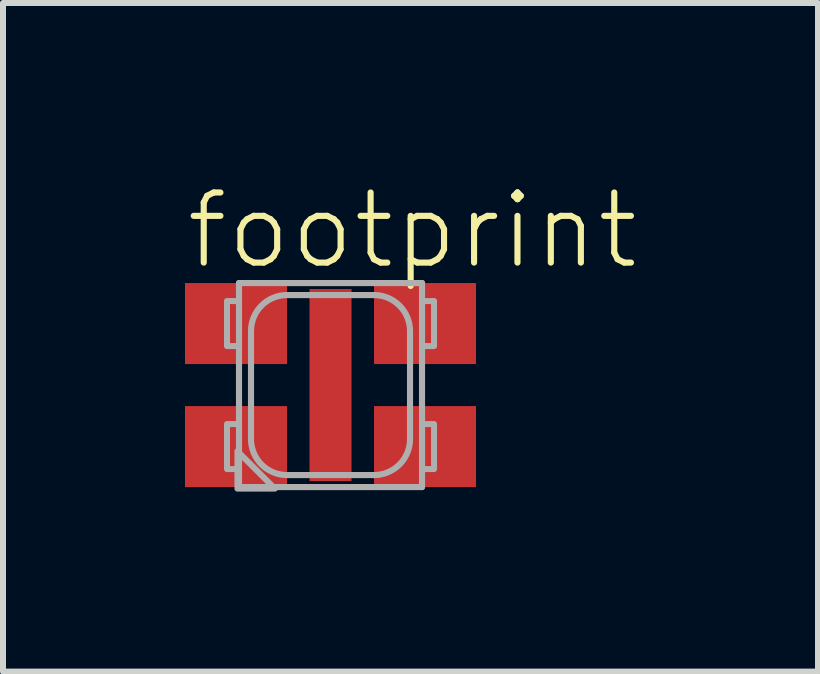
<source format=kicad_pcb>
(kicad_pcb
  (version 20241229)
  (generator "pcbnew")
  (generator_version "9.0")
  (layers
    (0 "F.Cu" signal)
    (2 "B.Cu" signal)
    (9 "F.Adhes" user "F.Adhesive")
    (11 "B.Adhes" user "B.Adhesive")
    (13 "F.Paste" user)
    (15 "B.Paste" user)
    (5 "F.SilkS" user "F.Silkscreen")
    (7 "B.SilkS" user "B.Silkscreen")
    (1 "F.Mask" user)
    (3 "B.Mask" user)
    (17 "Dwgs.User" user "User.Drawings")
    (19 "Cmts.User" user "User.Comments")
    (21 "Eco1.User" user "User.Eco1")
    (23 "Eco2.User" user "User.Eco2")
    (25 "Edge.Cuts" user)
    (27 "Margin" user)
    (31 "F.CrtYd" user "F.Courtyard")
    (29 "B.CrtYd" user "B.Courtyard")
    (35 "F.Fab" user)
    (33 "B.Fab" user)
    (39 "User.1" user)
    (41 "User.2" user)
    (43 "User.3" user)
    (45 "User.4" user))
  (footprint "footprint"
    (layer "F.Cu")
    (at 2.458 3.367)
    (property "Reference" "footprint" (at -2.458 -1.893 0) (layer "F.SilkS") (effects (font (size 1.168 1.168) (thickness 0.102)) (justify left bottom)))
    (fp_poly (pts (xy -2.425 -0.35) (xy -0.725 -0.35) (xy -0.725 -1.7) (xy -2.425 -1.7)) (stroke (width 0) (type solid)) (fill yes) (layer "F.Mask"))
    (fp_poly (pts (xy -2.425 1.7) (xy -0.725 1.7) (xy -0.725 0.35) (xy -2.425 0.35)) (stroke (width 0) (type solid)) (fill yes) (layer "F.Mask"))
    (fp_poly (pts (xy 0.45 -1.7) (xy -0.45 -1.7) (xy -0.45 1.7) (xy 0.45 1.7)) (stroke (width 0) (type solid)) (fill yes) (layer "F.Mask"))
    (fp_poly (pts (xy 2.425 -1.7) (xy 0.725 -1.7) (xy 0.725 -0.35) (xy 2.425 -0.35)) (stroke (width 0) (type solid)) (fill yes) (layer "F.Mask"))
    (fp_poly (pts (xy 2.425 0.35) (xy 0.725 0.35) (xy 0.725 1.7) (xy 2.425 1.7)) (stroke (width 0) (type solid)) (fill yes) (layer "F.Mask"))
    (fp_poly (pts (xy -2.125 -0.45) (xy -0.825 -0.45) (xy -0.825 -1.6) (xy -2.125 -1.6)) (stroke (width 0) (type solid)) (fill yes) (layer "F.Paste"))
    (fp_poly (pts (xy -2.125 1.6) (xy -0.825 1.6) (xy -0.825 0.45) (xy -2.125 0.45)) (stroke (width 0) (type solid)) (fill yes) (layer "F.Paste"))
    (fp_poly (pts (xy 0.275 -1.25) (xy -0.25 -1.25) (xy -0.25 1.25) (xy 0.275 1.25)) (stroke (width 0) (type solid)) (fill yes) (layer "F.Paste"))
    (fp_poly (pts (xy 2.125 -1.6) (xy 0.825 -1.6) (xy 0.825 -0.45) (xy 2.125 -0.45)) (stroke (width 0) (type solid)) (fill yes) (layer "F.Paste"))
    (fp_poly (pts (xy 2.125 0.45) (xy 0.825 0.45) (xy 0.825 1.6) (xy 2.125 1.6)) (stroke (width 0) (type solid)) (fill yes) (layer "F.Paste"))
    (fp_line (start -1.525 -1.7) (end 1.525 -1.7) (stroke (width 0.102) (type solid)) (layer "F.Fab"))
    (fp_line (start -1.525 1.7) (end -1.525 -1.7) (stroke (width 0.102) (type solid)) (layer "F.Fab"))
    (fp_line (start -1.325 0.9) (end -1.325 -0.9) (stroke (width 0.102) (type solid)) (layer "F.Fab"))
    (fp_line (start -0.725 -1.5) (end 0.725 -1.5) (stroke (width 0.102) (type solid)) (layer "F.Fab"))
    (fp_line (start 0.725 1.5) (end -0.725 1.5) (stroke (width 0.102) (type solid)) (layer "F.Fab"))
    (fp_line (start 1.325 -0.9) (end 1.325 0.9) (stroke (width 0.102) (type solid)) (layer "F.Fab"))
    (fp_line (start 1.525 -1.7) (end 1.525 1.7) (stroke (width 0.102) (type solid)) (layer "F.Fab"))
    (fp_line (start 1.525 1.7) (end -1.525 1.7) (stroke (width 0.102) (type solid)) (layer "F.Fab"))
    (fp_arc (start -1.325 -0.9) (mid -1.149264 -1.324264) (end -0.725 -1.5) (stroke (width 0.1016) (type solid)) (layer "F.Fab"))
    (fp_arc (start -0.725 1.5) (mid -1.149264 1.324264) (end -1.325 0.9) (stroke (width 0.1016) (type solid)) (layer "F.Fab"))
    (fp_arc (start 0.725 -1.5) (mid 1.149264 -1.324264) (end 1.325 -0.9) (stroke (width 0.1016) (type solid)) (layer "F.Fab"))
    (fp_arc (start 1.325 0.9) (mid 1.149264 1.324264) (end 0.725 1.5) (stroke (width 0.1016) (type solid)) (layer "F.Fab"))
    (fp_poly (pts (xy -0.927 1.726) (xy -1.551 1.726) (xy -1.551 1.102)) (stroke (width 0.1) (type solid)) (fill no) (layer "F.Fab"))
    (fp_poly (pts (xy -1.725 -0.65) (xy -1.525 -0.65) (xy -1.525 -1.4) (xy -1.725 -1.4)) (stroke (width 0.1) (type solid)) (fill no) (layer "F.Fab"))
    (fp_poly (pts (xy -1.725 1.4) (xy -1.525 1.4) (xy -1.525 0.65) (xy -1.725 0.65)) (stroke (width 0.1) (type solid)) (fill no) (layer "F.Fab"))
    (fp_poly (pts (xy 1.725 -1.4) (xy 1.525 -1.4) (xy 1.525 -0.65) (xy 1.725 -0.65)) (stroke (width 0.1) (type solid)) (fill no) (layer "F.Fab"))
    (fp_poly (pts (xy 1.725 0.65) (xy 1.525 0.65) (xy 1.525 1.4) (xy 1.725 1.4)) (stroke (width 0.1) (type solid)) (fill no) (layer "F.Fab"))
    (pad "A@1" smd rect (at 1.575 1.025 180) (size 1.7 1.35) (layers "F.Cu"))
    (pad "A@2" smd rect (at 1.575 -1.025 180) (size 1.7 1.35) (layers "F.Cu"))
    (pad "C@1" smd rect (at -1.575 1.025) (size 1.7 1.35) (layers "F.Cu"))
    (pad "C@2" smd rect (at -1.575 -1.025) (size 1.7 1.35) (layers "F.Cu"))
    (pad "TH" smd rect (at 0 0 180) (size 0.7 3.2) (layers "F.Cu")))
  (gr_rect
    (start -3 -3)
    (end 10.582 8.142)
    (stroke (width 0.1) (type default))
    (fill no)
    (layer "Edge.Cuts")))
</source>
